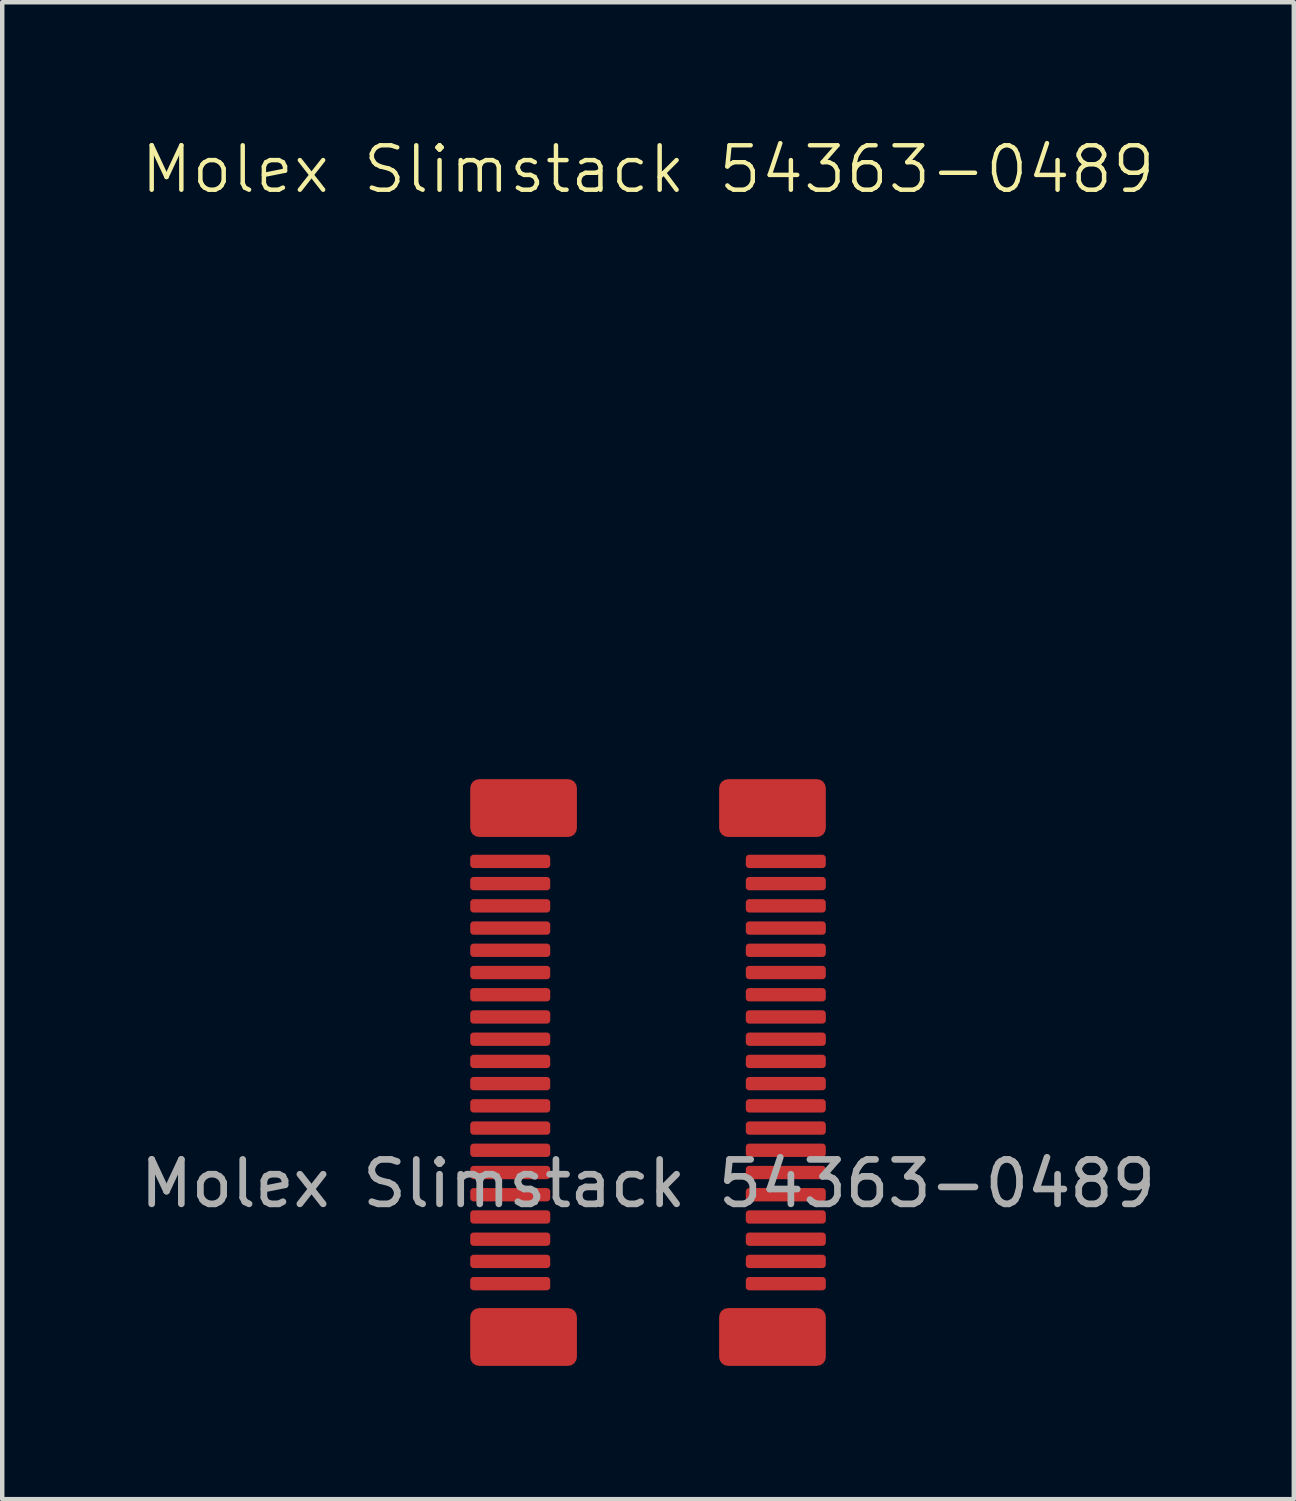
<source format=kicad_pcb>
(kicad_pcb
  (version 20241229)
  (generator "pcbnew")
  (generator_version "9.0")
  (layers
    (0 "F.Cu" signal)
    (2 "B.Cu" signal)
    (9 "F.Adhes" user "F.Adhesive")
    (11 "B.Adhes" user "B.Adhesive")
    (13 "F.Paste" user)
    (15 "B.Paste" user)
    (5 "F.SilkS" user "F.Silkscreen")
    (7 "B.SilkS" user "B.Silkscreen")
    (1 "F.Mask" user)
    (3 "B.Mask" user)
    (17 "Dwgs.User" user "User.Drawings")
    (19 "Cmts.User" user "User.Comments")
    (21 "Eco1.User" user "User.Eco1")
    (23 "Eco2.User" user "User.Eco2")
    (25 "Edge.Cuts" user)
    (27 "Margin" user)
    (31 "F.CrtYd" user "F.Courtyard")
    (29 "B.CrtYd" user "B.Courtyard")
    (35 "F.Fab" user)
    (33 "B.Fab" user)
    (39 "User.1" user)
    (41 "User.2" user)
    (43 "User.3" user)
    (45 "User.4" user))
  (footprint "Molex Slimstack 54363-0489"
    (layer "F.Cu")
    (at 11.53 21.081)
    (property "Reference" "Molex Slimstack 54363-0489" (at 0 -20.32 0) (unlocked yes) (layer "F.SilkS") (effects (font (size 1 1) (thickness 0.1))))
    (attr smd)
    (fp_text user "${REFERENCE}" (at 0 2.5 0) (unlocked yes) (layer "F.Fab") (effects (font (size 1 1) (thickness 0.15))))
    (pad "1" smd roundrect (at -3.1 -4.75) (size 1.8 0.3) (layers "F.Cu" "F.Mask" "F.Paste") (roundrect_rratio 0.25))
    (pad "2" smd roundrect (at 3.1 -4.75) (size 1.8 0.3) (layers "F.Cu" "F.Mask" "F.Paste") (roundrect_rratio 0.25))
    (pad "3" smd roundrect (at -3.1 -4.25) (size 1.8 0.3) (layers "F.Cu" "F.Mask" "F.Paste") (roundrect_rratio 0.25))
    (pad "4" smd roundrect (at 3.1 -4.25) (size 1.8 0.3) (layers "F.Cu" "F.Mask" "F.Paste") (roundrect_rratio 0.25))
    (pad "5" smd roundrect (at -3.1 -3.75) (size 1.8 0.3) (layers "F.Cu" "F.Mask" "F.Paste") (roundrect_rratio 0.25))
    (pad "6" smd roundrect (at 3.1 -3.75) (size 1.8 0.3) (layers "F.Cu" "F.Mask" "F.Paste") (roundrect_rratio 0.25))
    (pad "7" smd roundrect (at -3.1 -3.25) (size 1.8 0.3) (layers "F.Cu" "F.Mask" "F.Paste") (roundrect_rratio 0.25))
    (pad "8" smd roundrect (at 3.1 -3.25) (size 1.8 0.3) (layers "F.Cu" "F.Mask" "F.Paste") (roundrect_rratio 0.25))
    (pad "9" smd roundrect (at -3.1 -2.75) (size 1.8 0.3) (layers "F.Cu" "F.Mask" "F.Paste") (roundrect_rratio 0.25))
    (pad "10" smd roundrect (at 3.1 -2.75) (size 1.8 0.3) (layers "F.Cu" "F.Mask" "F.Paste") (roundrect_rratio 0.25))
    (pad "11" smd roundrect (at -3.1 -2.25) (size 1.8 0.3) (layers "F.Cu" "F.Mask" "F.Paste") (roundrect_rratio 0.25))
    (pad "12" smd roundrect (at 3.1 -2.25) (size 1.8 0.3) (layers "F.Cu" "F.Mask" "F.Paste") (roundrect_rratio 0.25))
    (pad "13" smd roundrect (at -3.1 -1.75) (size 1.8 0.3) (layers "F.Cu" "F.Mask" "F.Paste") (roundrect_rratio 0.25))
    (pad "14" smd roundrect (at 3.1 -1.75) (size 1.8 0.3) (layers "F.Cu" "F.Mask" "F.Paste") (roundrect_rratio 0.25))
    (pad "15" smd roundrect (at -3.1 -1.25) (size 1.8 0.3) (layers "F.Cu" "F.Mask" "F.Paste") (roundrect_rratio 0.25))
    (pad "16" smd roundrect (at 3.1 -1.25) (size 1.8 0.3) (layers "F.Cu" "F.Mask" "F.Paste") (roundrect_rratio 0.25))
    (pad "17" smd roundrect (at -3.1 -0.75) (size 1.8 0.3) (layers "F.Cu" "F.Mask" "F.Paste") (roundrect_rratio 0.25))
    (pad "18" smd roundrect (at 3.1 -0.75) (size 1.8 0.3) (layers "F.Cu" "F.Mask" "F.Paste") (roundrect_rratio 0.25))
    (pad "19" smd roundrect (at -3.1 -0.25) (size 1.8 0.3) (layers "F.Cu" "F.Mask" "F.Paste") (roundrect_rratio 0.25))
    (pad "20" smd roundrect (at 3.1 -0.25) (size 1.8 0.3) (layers "F.Cu" "F.Mask" "F.Paste") (roundrect_rratio 0.25))
    (pad "21" smd roundrect (at -3.1 0.25) (size 1.8 0.3) (layers "F.Cu" "F.Mask" "F.Paste") (roundrect_rratio 0.25))
    (pad "22" smd roundrect (at 3.1 0.25) (size 1.8 0.3) (layers "F.Cu" "F.Mask" "F.Paste") (roundrect_rratio 0.25))
    (pad "23" smd roundrect (at -3.1 0.75) (size 1.8 0.3) (layers "F.Cu" "F.Mask" "F.Paste") (roundrect_rratio 0.25))
    (pad "24" smd roundrect (at 3.1 0.75) (size 1.8 0.3) (layers "F.Cu" "F.Mask" "F.Paste") (roundrect_rratio 0.25))
    (pad "25" smd roundrect (at -3.1 1.25) (size 1.8 0.3) (layers "F.Cu" "F.Mask" "F.Paste") (roundrect_rratio 0.25))
    (pad "26" smd roundrect (at 3.1 1.25) (size 1.8 0.3) (layers "F.Cu" "F.Mask" "F.Paste") (roundrect_rratio 0.25))
    (pad "27" smd roundrect (at -3.1 1.75) (size 1.8 0.3) (layers "F.Cu" "F.Mask" "F.Paste") (roundrect_rratio 0.25))
    (pad "28" smd roundrect (at 3.1 1.75) (size 1.8 0.3) (layers "F.Cu" "F.Mask" "F.Paste") (roundrect_rratio 0.25))
    (pad "29" smd roundrect (at -3.1 2.25) (size 1.8 0.3) (layers "F.Cu" "F.Mask" "F.Paste") (roundrect_rratio 0.25))
    (pad "30" smd roundrect (at 3.1 2.25) (size 1.8 0.3) (layers "F.Cu" "F.Mask" "F.Paste") (roundrect_rratio 0.25))
    (pad "31" smd roundrect (at -3.1 2.75) (size 1.8 0.3) (layers "F.Cu" "F.Mask" "F.Paste") (roundrect_rratio 0.25))
    (pad "32" smd roundrect (at 3.1 2.75) (size 1.8 0.3) (layers "F.Cu" "F.Mask" "F.Paste") (roundrect_rratio 0.25))
    (pad "33" smd roundrect (at -3.1 3.25) (size 1.8 0.3) (layers "F.Cu" "F.Mask" "F.Paste") (roundrect_rratio 0.25))
    (pad "34" smd roundrect (at 3.1 3.25) (size 1.8 0.3) (layers "F.Cu" "F.Mask" "F.Paste") (roundrect_rratio 0.25))
    (pad "35" smd roundrect (at -3.1 3.75) (size 1.8 0.3) (layers "F.Cu" "F.Mask" "F.Paste") (roundrect_rratio 0.25))
    (pad "36" smd roundrect (at 3.1 3.75) (size 1.8 0.3) (layers "F.Cu" "F.Mask" "F.Paste") (roundrect_rratio 0.25))
    (pad "37" smd roundrect (at -3.1 4.25) (size 1.8 0.3) (layers "F.Cu" "F.Mask" "F.Paste") (roundrect_rratio 0.25))
    (pad "38" smd roundrect (at 3.1 4.25) (size 1.8 0.3) (layers "F.Cu" "F.Mask" "F.Paste") (roundrect_rratio 0.25))
    (pad "39" smd roundrect (at -3.1 4.75) (size 1.8 0.3) (layers "F.Cu" "F.Mask" "F.Paste") (roundrect_rratio 0.25))
    (pad "40" smd roundrect (at 3.1 4.75) (size 1.8 0.3) (layers "F.Cu" "F.Mask" "F.Paste") (roundrect_rratio 0.25))
    (pad "MP" smd roundrect (at -2.8 -5.95) (size 2.4 1.3) (layers "F.Cu" "F.Mask" "F.Paste") (roundrect_rratio 0.154))
    (pad "MP" smd roundrect (at -2.8 5.95) (size 2.4 1.3) (layers "F.Cu" "F.Mask" "F.Paste") (roundrect_rratio 0.154))
    (pad "MP" smd roundrect (at 2.8 -5.95) (size 2.4 1.3) (layers "F.Cu" "F.Mask" "F.Paste") (roundrect_rratio 0.154))
    (pad "MP" smd roundrect (at 2.8 5.95) (size 2.4 1.3) (layers "F.Cu" "F.Mask" "F.Paste") (roundrect_rratio 0.154)))
  (gr_rect
    (start -3 -3)
    (end 26.06 30.68)
    (stroke (width 0.1) (type default))
    (fill no)
    (layer "Edge.Cuts")))
</source>
